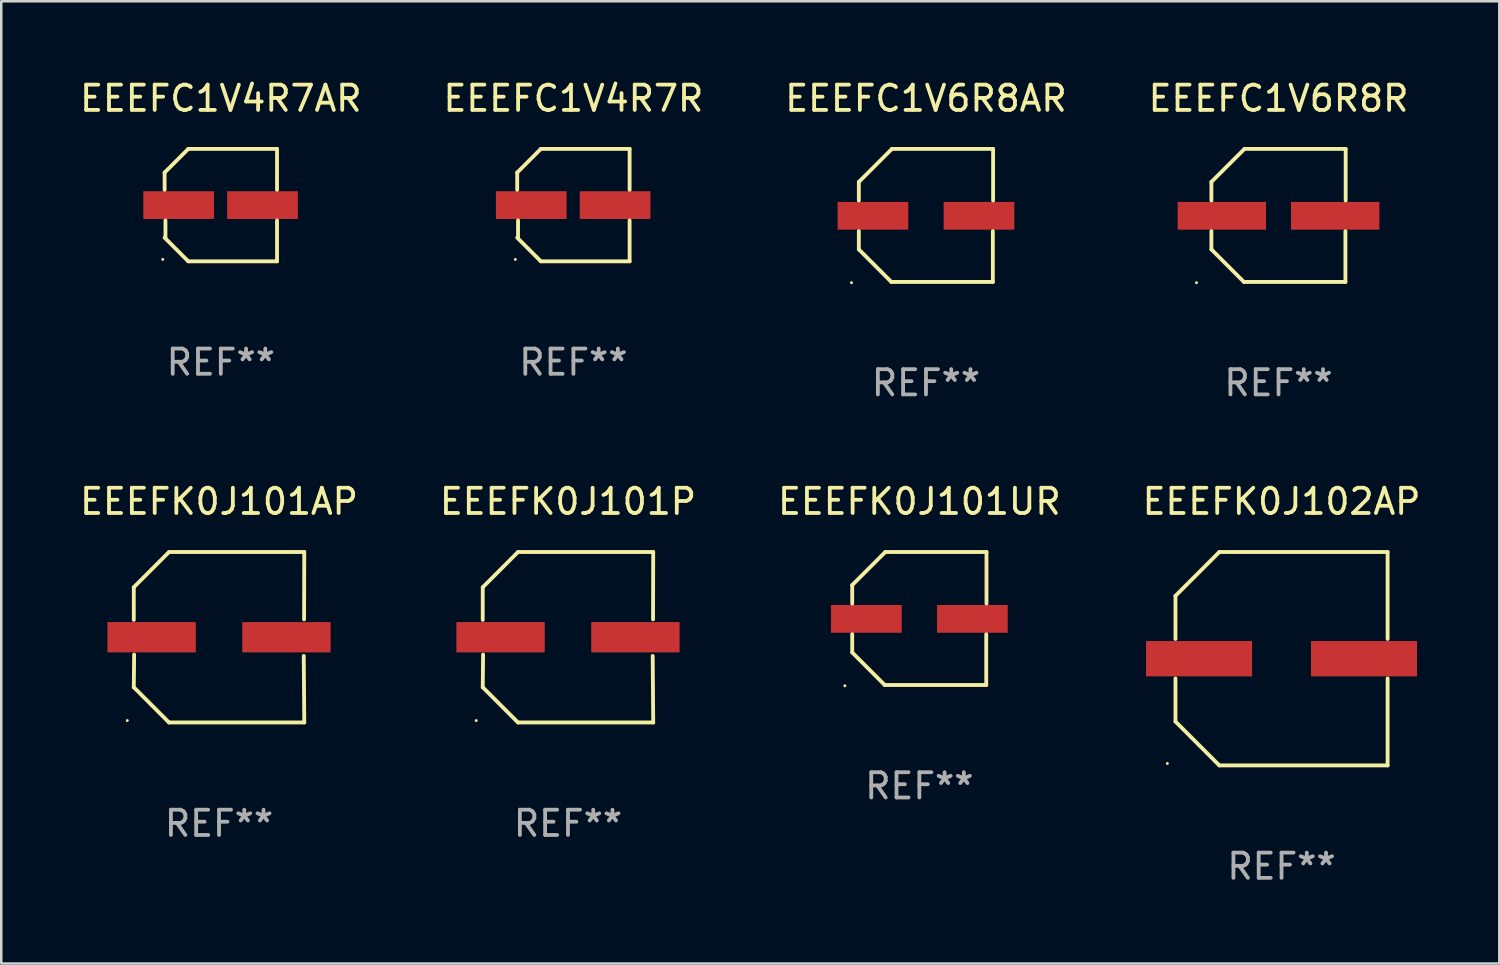
<source format=kicad_pcb>
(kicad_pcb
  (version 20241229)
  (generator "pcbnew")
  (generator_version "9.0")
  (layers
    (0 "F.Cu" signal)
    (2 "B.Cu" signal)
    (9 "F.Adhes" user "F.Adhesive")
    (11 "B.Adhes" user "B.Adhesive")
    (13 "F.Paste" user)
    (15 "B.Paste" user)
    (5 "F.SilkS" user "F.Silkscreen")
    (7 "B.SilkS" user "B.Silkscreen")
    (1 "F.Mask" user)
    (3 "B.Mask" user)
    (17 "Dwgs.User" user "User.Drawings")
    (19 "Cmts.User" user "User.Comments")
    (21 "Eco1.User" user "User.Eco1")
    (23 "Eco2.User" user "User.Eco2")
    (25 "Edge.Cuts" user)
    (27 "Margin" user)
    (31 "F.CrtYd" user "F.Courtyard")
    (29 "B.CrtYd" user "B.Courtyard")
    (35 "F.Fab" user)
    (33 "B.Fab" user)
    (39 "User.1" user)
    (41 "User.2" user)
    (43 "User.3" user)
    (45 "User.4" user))
  (footprint "EEEFK0J101P"
    (layer "F.Cu")
    (at 19.446 22.189)
    (property "Reference" "EEEFK0J101P" (at 0 -5.376 0) (layer "F.SilkS") (effects (font (size 1 1) (thickness 0.15))))
    (attr through_hole)
    (fp_line (start -3.376 -1.98) (end -3.376 -0.686) (stroke (width 0.152) (type solid)) (layer "F.SilkS"))
    (fp_line (start -3.376 1.981) (end -3.362 0.686) (stroke (width 0.152) (type solid)) (layer "F.SilkS"))
    (fp_line (start -1.981 3.376) (end -3.376 1.981) (stroke (width 0.152) (type solid)) (layer "F.SilkS"))
    (fp_line (start -1.98 -3.376) (end -3.376 -1.98) (stroke (width 0.152) (type solid)) (layer "F.SilkS"))
    (fp_line (start 3.356 0.74) (end 3.376 3.376) (stroke (width 0.152) (type solid)) (layer "F.SilkS"))
    (fp_line (start 3.369 -0.707) (end 3.376 -3.376) (stroke (width 0.152) (type solid)) (layer "F.SilkS"))
    (fp_line (start 3.376 3.376) (end -1.981 3.376) (stroke (width 0.152) (type solid)) (layer "F.SilkS"))
    (fp_line (start 3.376 -3.376) (end -1.98 -3.376) (stroke (width 0.152) (type solid)) (layer "F.SilkS"))
    (fp_circle (center -3.634 3.3) (end -3.604 3.3) (stroke (width 0.06) (type solid)) (fill no) (layer "F.SilkS"))
    (fp_text user "REF**" (at 0 7.376 0) (layer "F.Fab") (effects (font (size 1 1) (thickness 0.15))))
    (pad "1" smd rect (at -2.67 0.000254) (size 3.5 1.2) (layers "F.Cu" "F.Mask" "F.Paste"))
    (pad "2" smd rect (at 2.67 0.000254) (size 3.5 1.2) (layers "F.Cu" "F.Mask" "F.Paste")))
  (footprint "EEEFC1V6R8R"
    (layer "F.Cu")
    (at 47.589 5.482)
    (property "Reference" "EEEFC1V6R8R" (at 0 -4.634 0) (layer "F.SilkS") (effects (font (size 1 1) (thickness 0.15))))
    (attr through_hole)
    (fp_line (start -2.659 -1.326) (end -2.659 -0.592) (stroke (width 0.152) (type solid)) (layer "F.SilkS"))
    (fp_line (start -2.659 1.346) (end -2.659 0.622) (stroke (width 0.152) (type solid)) (layer "F.SilkS"))
    (fp_line (start -1.372 2.634) (end -2.659 1.346) (stroke (width 0.152) (type solid)) (layer "F.SilkS"))
    (fp_line (start -1.349 -2.634) (end -2.659 -1.326) (stroke (width 0.152) (type solid)) (layer "F.SilkS"))
    (fp_line (start 2.649 0.622) (end 2.649 2.634) (stroke (width 0.152) (type solid)) (layer "F.SilkS"))
    (fp_line (start 2.649 2.634) (end -1.372 2.634) (stroke (width 0.152) (type solid)) (layer "F.SilkS"))
    (fp_line (start 2.659 -2.634) (end -1.349 -2.634) (stroke (width 0.152) (type solid)) (layer "F.SilkS"))
    (fp_line (start 2.659 -0.592) (end 2.659 -2.634) (stroke (width 0.152) (type solid)) (layer "F.SilkS"))
    (fp_circle (center -3.249 2.665) (end -3.219 2.665) (stroke (width 0.06) (type solid)) (fill no) (layer "F.SilkS"))
    (fp_text user "REF**" (at 0 6.634 0) (layer "F.Fab") (effects (font (size 1 1) (thickness 0.15))))
    (pad "1" smd rect (at -2.245 0.015) (size 3.5 1.1) (layers "F.Cu" "F.Mask" "F.Paste"))
    (pad "2" smd rect (at 2.245 0.015) (size 3.5 1.1) (layers "F.Cu" "F.Mask" "F.Paste")))
  (footprint "EEEFK0J101AP"
    (layer "F.Cu")
    (at 5.625 22.189)
    (property "Reference" "EEEFK0J101AP" (at 0 -5.376 0) (layer "F.SilkS") (effects (font (size 1 1) (thickness 0.15))))
    (attr through_hole)
    (fp_line (start -3.376 -1.98) (end -3.376 -0.686) (stroke (width 0.152) (type solid)) (layer "F.SilkS"))
    (fp_line (start -3.376 1.981) (end -3.362 0.686) (stroke (width 0.152) (type solid)) (layer "F.SilkS"))
    (fp_line (start -1.981 3.376) (end -3.376 1.981) (stroke (width 0.152) (type solid)) (layer "F.SilkS"))
    (fp_line (start -1.98 -3.376) (end -3.376 -1.98) (stroke (width 0.152) (type solid)) (layer "F.SilkS"))
    (fp_line (start 3.356 0.74) (end 3.376 3.376) (stroke (width 0.152) (type solid)) (layer "F.SilkS"))
    (fp_line (start 3.369 -0.707) (end 3.376 -3.376) (stroke (width 0.152) (type solid)) (layer "F.SilkS"))
    (fp_line (start 3.376 3.376) (end -1.981 3.376) (stroke (width 0.152) (type solid)) (layer "F.SilkS"))
    (fp_line (start 3.376 -3.376) (end -1.98 -3.376) (stroke (width 0.152) (type solid)) (layer "F.SilkS"))
    (fp_circle (center -3.634 3.3) (end -3.604 3.3) (stroke (width 0.06) (type solid)) (fill no) (layer "F.SilkS"))
    (fp_text user "REF**" (at 0 7.376 0) (layer "F.Fab") (effects (font (size 1 1) (thickness 0.15))))
    (pad "1" smd rect (at -2.67 0.000254) (size 3.5 1.2) (layers "F.Cu" "F.Mask" "F.Paste"))
    (pad "2" smd rect (at 2.67 0.000254) (size 3.5 1.2) (layers "F.Cu" "F.Mask" "F.Paste")))
  (footprint "EEEFC1V4R7R"
    (layer "F.Cu")
    (at 19.661 5.074)
    (property "Reference" "EEEFC1V4R7R" (at 0 -4.226 0) (layer "F.SilkS") (effects (font (size 1 1) (thickness 0.15))))
    (attr through_hole)
    (fp_line (start -2.226 -1.29) (end -2.226 -0.607) (stroke (width 0.152) (type solid)) (layer "F.SilkS"))
    (fp_line (start -2.193 1.29) (end -2.193 0.607) (stroke (width 0.152) (type solid)) (layer "F.SilkS"))
    (fp_line (start -1.29 2.226) (end -2.226 1.29) (stroke (width 0.152) (type solid)) (layer "F.SilkS"))
    (fp_line (start -1.29 -2.226) (end -2.226 -1.29) (stroke (width 0.152) (type solid)) (layer "F.SilkS"))
    (fp_line (start 2.226 -2.226) (end -1.29 -2.226) (stroke (width 0.152) (type solid)) (layer "F.SilkS"))
    (fp_line (start 2.226 -0.607) (end 2.226 -2.226) (stroke (width 0.152) (type solid)) (layer "F.SilkS"))
    (fp_line (start 2.226 0.607) (end 2.226 2.226) (stroke (width 0.152) (type solid)) (layer "F.SilkS"))
    (fp_line (start 2.226 2.226) (end -1.29 2.226) (stroke (width 0.152) (type solid)) (layer "F.SilkS"))
    (fp_circle (center -2.3 2.15) (end -2.27 2.15) (stroke (width 0.06) (type solid)) (fill no) (layer "F.SilkS"))
    (fp_text user "REF**" (at 0 6.226 0) (layer "F.Fab") (effects (font (size 1 1) (thickness 0.15))))
    (pad "1" smd rect (at -1.67 -0.000025) (size 2.8 1.1) (layers "F.Cu" "F.Mask" "F.Paste"))
    (pad "2" smd rect (at 1.651 -0.000025) (size 2.8 1.1) (layers "F.Cu" "F.Mask" "F.Paste")))
  (footprint "EEEFC1V6R8AR"
    (layer "F.Cu")
    (at 33.625 5.482)
    (property "Reference" "EEEFC1V6R8AR" (at 0 -4.634 0) (layer "F.SilkS") (effects (font (size 1 1) (thickness 0.15))))
    (attr through_hole)
    (fp_line (start -2.659 -1.326) (end -2.659 -0.592) (stroke (width 0.152) (type solid)) (layer "F.SilkS"))
    (fp_line (start -2.659 1.346) (end -2.659 0.622) (stroke (width 0.152) (type solid)) (layer "F.SilkS"))
    (fp_line (start -1.372 2.634) (end -2.659 1.346) (stroke (width 0.152) (type solid)) (layer "F.SilkS"))
    (fp_line (start -1.349 -2.634) (end -2.659 -1.326) (stroke (width 0.152) (type solid)) (layer "F.SilkS"))
    (fp_line (start 2.649 0.622) (end 2.649 2.634) (stroke (width 0.152) (type solid)) (layer "F.SilkS"))
    (fp_line (start 2.649 2.634) (end -1.372 2.634) (stroke (width 0.152) (type solid)) (layer "F.SilkS"))
    (fp_line (start 2.659 -2.634) (end -1.349 -2.634) (stroke (width 0.152) (type solid)) (layer "F.SilkS"))
    (fp_line (start 2.659 -0.592) (end 2.659 -2.634) (stroke (width 0.152) (type solid)) (layer "F.SilkS"))
    (fp_circle (center -2.95 2.665) (end -2.92 2.665) (stroke (width 0.06) (type solid)) (fill no) (layer "F.SilkS"))
    (fp_text user "REF**" (at 0 6.634 0) (layer "F.Fab") (effects (font (size 1 1) (thickness 0.15))))
    (pad "1" smd rect (at -2.1 0.015) (size 2.8 1.1) (layers "F.Cu" "F.Mask" "F.Paste"))
    (pad "2" smd rect (at 2.1 0.015) (size 2.8 1.1) (layers "F.Cu" "F.Mask" "F.Paste")))
  (footprint "EEEFK0J101UR"
    (layer "F.Cu")
    (at 33.363 21.447)
    (property "Reference" "EEEFK0J101UR" (at 0 -4.634 0) (layer "F.SilkS") (effects (font (size 1 1) (thickness 0.15))))
    (attr through_hole)
    (fp_line (start -2.659 -1.326) (end -2.659 -0.592) (stroke (width 0.152) (type solid)) (layer "F.SilkS"))
    (fp_line (start -2.659 1.346) (end -2.659 0.622) (stroke (width 0.152) (type solid)) (layer "F.SilkS"))
    (fp_line (start -1.372 2.634) (end -2.659 1.346) (stroke (width 0.152) (type solid)) (layer "F.SilkS"))
    (fp_line (start -1.349 -2.634) (end -2.659 -1.326) (stroke (width 0.152) (type solid)) (layer "F.SilkS"))
    (fp_line (start 2.649 0.622) (end 2.649 2.634) (stroke (width 0.152) (type solid)) (layer "F.SilkS"))
    (fp_line (start 2.649 2.634) (end -1.372 2.634) (stroke (width 0.152) (type solid)) (layer "F.SilkS"))
    (fp_line (start 2.659 -2.634) (end -1.349 -2.634) (stroke (width 0.152) (type solid)) (layer "F.SilkS"))
    (fp_line (start 2.659 -0.592) (end 2.659 -2.634) (stroke (width 0.152) (type solid)) (layer "F.SilkS"))
    (fp_circle (center -2.95 2.665) (end -2.92 2.665) (stroke (width 0.06) (type solid)) (fill no) (layer "F.SilkS"))
    (fp_text user "REF**" (at 0 6.634 0) (layer "F.Fab") (effects (font (size 1 1) (thickness 0.15))))
    (pad "1" smd rect (at -2.1 0.015) (size 2.8 1.1) (layers "F.Cu" "F.Mask" "F.Paste"))
    (pad "2" smd rect (at 2.1 0.015) (size 2.8 1.1) (layers "F.Cu" "F.Mask" "F.Paste")))
  (footprint "EEEFC1V4R7AR"
    (layer "F.Cu")
    (at 5.696 5.074)
    (property "Reference" "EEEFC1V4R7AR" (at 0 -4.226 0) (layer "F.SilkS") (effects (font (size 1 1) (thickness 0.15))))
    (attr through_hole)
    (fp_line (start -2.226 -1.29) (end -2.226 -0.607) (stroke (width 0.152) (type solid)) (layer "F.SilkS"))
    (fp_line (start -2.193 1.29) (end -2.193 0.607) (stroke (width 0.152) (type solid)) (layer "F.SilkS"))
    (fp_line (start -1.29 2.226) (end -2.226 1.29) (stroke (width 0.152) (type solid)) (layer "F.SilkS"))
    (fp_line (start -1.29 -2.226) (end -2.226 -1.29) (stroke (width 0.152) (type solid)) (layer "F.SilkS"))
    (fp_line (start 2.226 -2.226) (end -1.29 -2.226) (stroke (width 0.152) (type solid)) (layer "F.SilkS"))
    (fp_line (start 2.226 -0.607) (end 2.226 -2.226) (stroke (width 0.152) (type solid)) (layer "F.SilkS"))
    (fp_line (start 2.226 0.607) (end 2.226 2.226) (stroke (width 0.152) (type solid)) (layer "F.SilkS"))
    (fp_line (start 2.226 2.226) (end -1.29 2.226) (stroke (width 0.152) (type solid)) (layer "F.SilkS"))
    (fp_circle (center -2.3 2.15) (end -2.27 2.15) (stroke (width 0.06) (type solid)) (fill no) (layer "F.SilkS"))
    (fp_text user "REF**" (at 0 6.226 0) (layer "F.Fab") (effects (font (size 1 1) (thickness 0.15))))
    (pad "1" smd rect (at -1.67 -0.000025) (size 2.8 1.1) (layers "F.Cu" "F.Mask" "F.Paste"))
    (pad "2" smd rect (at 1.651 -0.000025) (size 2.8 1.1) (layers "F.Cu" "F.Mask" "F.Paste")))
  (footprint "EEEFK0J102AP"
    (layer "F.Cu")
    (at 47.708 23.039)
    (property "Reference" "EEEFK0J102AP" (at 0 -6.226 0) (layer "F.SilkS") (effects (font (size 1 1) (thickness 0.15))))
    (attr through_hole)
    (fp_line (start -4.201 -2.49) (end -4.201 -0.782) (stroke (width 0.152) (type solid)) (layer "F.SilkS"))
    (fp_line (start -4.201 2.49) (end -4.201 0.782) (stroke (width 0.152) (type solid)) (layer "F.SilkS"))
    (fp_line (start -2.465 -4.226) (end -4.201 -2.49) (stroke (width 0.152) (type solid)) (layer "F.SilkS"))
    (fp_line (start -2.465 4.226) (end -4.201 2.49) (stroke (width 0.152) (type solid)) (layer "F.SilkS"))
    (fp_line (start 4.201 -4.226) (end -2.465 -4.226) (stroke (width 0.152) (type solid)) (layer "F.SilkS"))
    (fp_line (start 4.201 -0.782) (end 4.201 -4.226) (stroke (width 0.152) (type solid)) (layer "F.SilkS"))
    (fp_line (start 4.201 0.782) (end 4.201 4.226) (stroke (width 0.152) (type solid)) (layer "F.SilkS"))
    (fp_line (start 4.201 4.226) (end -2.465 4.226) (stroke (width 0.152) (type solid)) (layer "F.SilkS"))
    (fp_circle (center -4.524 4.15) (end -4.494 4.15) (stroke (width 0.06) (type solid)) (fill no) (layer "F.SilkS"))
    (fp_text user "REF**" (at 0 8.226 0) (layer "F.Fab") (effects (font (size 1 1) (thickness 0.15))))
    (pad "1" smd rect (at -3.267 0) (size 4.2 1.4) (layers "F.Cu" "F.Mask" "F.Paste"))
    (pad "2" smd rect (at 3.267 0) (size 4.2 1.4) (layers "F.Cu" "F.Mask" "F.Paste")))
  (gr_rect
    (start -3 -3)
    (end 56.333 35.113)
    (stroke (width 0.1) (type default))
    (fill no)
    (layer "Edge.Cuts")))
</source>
